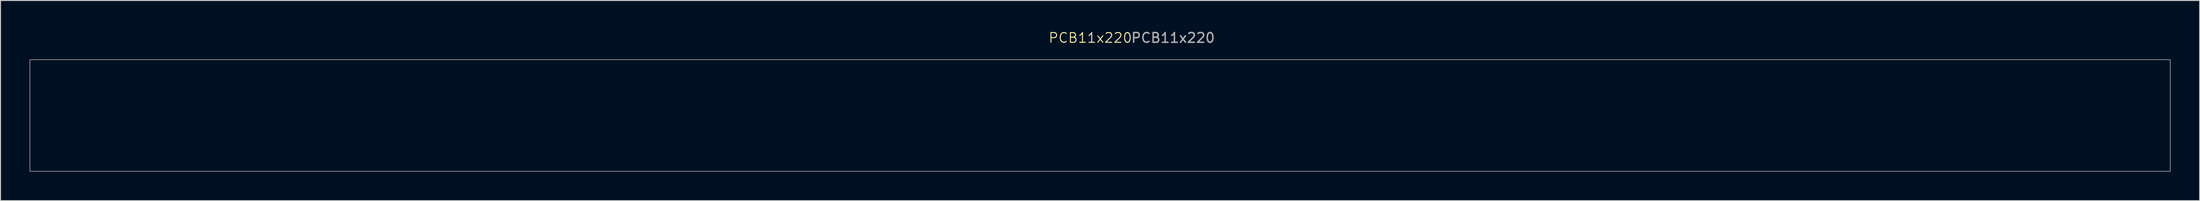
<source format=kicad_pcb>
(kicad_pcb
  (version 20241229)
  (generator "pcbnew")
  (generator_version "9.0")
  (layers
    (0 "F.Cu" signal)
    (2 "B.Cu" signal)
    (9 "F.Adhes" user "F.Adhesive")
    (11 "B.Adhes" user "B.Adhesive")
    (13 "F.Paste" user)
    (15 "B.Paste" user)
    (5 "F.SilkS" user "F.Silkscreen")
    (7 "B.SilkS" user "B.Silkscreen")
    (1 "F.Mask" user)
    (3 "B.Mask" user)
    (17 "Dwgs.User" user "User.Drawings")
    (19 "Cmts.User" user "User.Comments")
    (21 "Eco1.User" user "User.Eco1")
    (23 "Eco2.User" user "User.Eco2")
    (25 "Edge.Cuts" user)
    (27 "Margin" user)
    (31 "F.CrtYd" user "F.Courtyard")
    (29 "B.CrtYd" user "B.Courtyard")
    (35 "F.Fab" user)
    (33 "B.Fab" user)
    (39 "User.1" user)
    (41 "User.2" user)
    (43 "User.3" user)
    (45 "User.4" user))
  (footprint "PCB11x220"
    (layer "F.Cu")
    (at 110.025 8.848)
    (property "Reference" "PCB11x220" (at -1 -8 0) (unlocked yes) (layer "F.SilkS") (effects (font (size 1 1) (thickness 0.1))))
    (fp_rect (start -110 -5.75) (end 110 5.75) (stroke (width 0.05) (type default)) (fill no) (layer "Edge.Cuts"))
    (fp_text user "${REFERENCE}" (at 7.5 -8 0) (unlocked yes) (layer "F.Fab") (effects (font (size 1 1) (thickness 0.15)))))
  (gr_rect
    (start -3 -3)
    (end 223.05 17.623)
    (stroke (width 0.1) (type default))
    (fill no)
    (layer "Edge.Cuts")))
</source>
